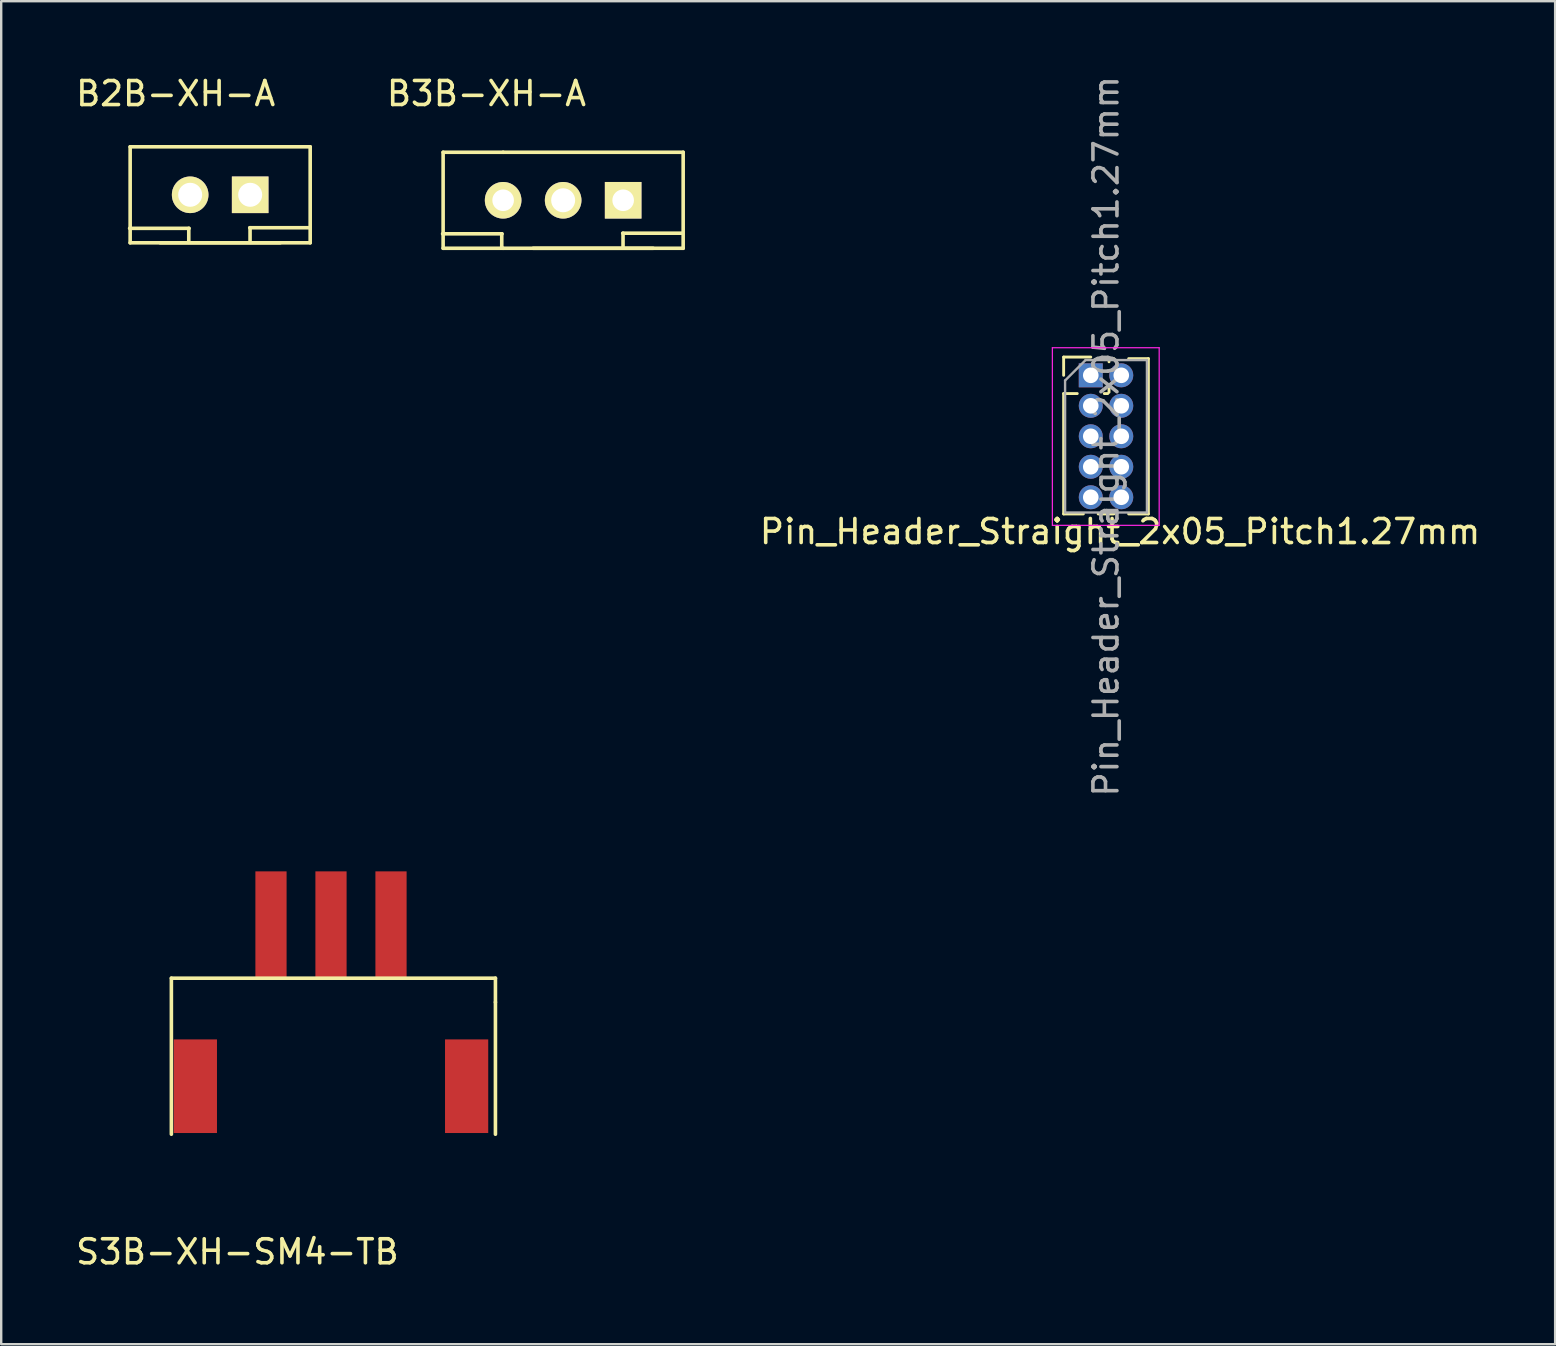
<source format=kicad_pcb>
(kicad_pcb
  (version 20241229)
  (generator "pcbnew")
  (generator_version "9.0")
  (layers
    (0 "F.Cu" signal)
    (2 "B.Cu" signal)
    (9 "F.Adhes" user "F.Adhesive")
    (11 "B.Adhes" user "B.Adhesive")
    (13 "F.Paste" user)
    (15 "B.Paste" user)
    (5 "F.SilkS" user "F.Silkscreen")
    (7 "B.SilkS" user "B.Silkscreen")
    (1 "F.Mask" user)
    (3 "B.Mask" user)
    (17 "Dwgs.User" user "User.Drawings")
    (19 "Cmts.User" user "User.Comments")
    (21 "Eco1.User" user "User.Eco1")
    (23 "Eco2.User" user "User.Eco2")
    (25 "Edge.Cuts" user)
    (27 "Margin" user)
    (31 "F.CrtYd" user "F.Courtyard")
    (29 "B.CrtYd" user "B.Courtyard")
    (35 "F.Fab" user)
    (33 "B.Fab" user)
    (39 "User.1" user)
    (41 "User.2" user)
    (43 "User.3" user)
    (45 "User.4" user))
  (footprint "S3B-XH-SM4-TB"
    (layer "F.Cu")
    (at 4.089 44.2)
    (property "Reference" "S3B-XH-SM4-TB" (at 2.75 4.9 0) (layer "F.SilkS") (effects (font (size 1 1) (thickness 0.15))))
    (attr through_hole)
    (fp_line (start 0 -6.5) (end 0 0) (stroke (width 0.15) (type solid)) (layer "F.SilkS"))
    (fp_line (start 13.5 -6.5) (end 0 -6.5) (stroke (width 0.15) (type solid)) (layer "F.SilkS"))
    (fp_line (start 13.5 -5.5) (end 13.5 -6.5) (stroke (width 0.15) (type solid)) (layer "F.SilkS"))
    (fp_line (start 13.5 0) (end 13.5 -5.5) (stroke (width 0.15) (type solid)) (layer "F.SilkS"))
    (pad "1" smd rect (at 9.15 -6.75) (size 1.3 4.5) (drill oval (offset 0 -1.95)) (layers "F.Cu" "F.Mask" "F.Paste"))
    (pad "2" smd rect (at 6.65 -6.75) (size 1.3 4.5) (drill oval (offset 0 -1.95)) (layers "F.Cu" "F.Mask" "F.Paste"))
    (pad "3" smd rect (at 4.15 -6.75) (size 1.3 4.5) (drill oval (offset 0 -1.95)) (layers "F.Cu" "F.Mask" "F.Paste"))
    (pad "PAD" smd rect (at 1 -2) (size 1.8 3.9) (layers "F.Cu" "F.Mask" "F.Paste"))
    (pad "PAD" smd rect (at 12.3 -2) (size 1.8 3.9) (layers "F.Cu" "F.Mask" "F.Paste")))
  (footprint "B2B-XH-A"
    (layer "F.Cu")
    (at 6.122 5.065)
    (property "Reference" "B2B-XH-A" (at -1.854 -4.216 0) (layer "F.SilkS") (effects (font (size 1 1) (thickness 0.15))))
    (attr through_hole)
    (fp_line (start -3.772 1.397) (end -1.295 1.397) (stroke (width 0.15) (type solid)) (layer "F.SilkS"))
    (fp_line (start -3.75 -2) (end -3.75 2) (stroke (width 0.15) (type solid)) (layer "F.SilkS"))
    (fp_line (start -3.75 2) (end 3.75 2) (stroke (width 0.15) (type solid)) (layer "F.SilkS"))
    (fp_line (start -2.5 2) (end 2.5 2) (stroke (width 0.15) (type solid)) (layer "F.SilkS"))
    (fp_line (start -1.308 1.397) (end -1.308 1.981) (stroke (width 0.15) (type solid)) (layer "F.SilkS"))
    (fp_line (start 1.232 1.372) (end 3.708 1.372) (stroke (width 0.15) (type solid)) (layer "F.SilkS"))
    (fp_line (start 1.245 1.372) (end 1.245 1.981) (stroke (width 0.15) (type solid)) (layer "F.SilkS"))
    (fp_line (start 3.75 -2) (end -3.75 -2) (stroke (width 0.15) (type solid)) (layer "F.SilkS"))
    (fp_line (start 3.75 2) (end 3.75 -2) (stroke (width 0.15) (type solid)) (layer "F.SilkS"))
    (pad "1" thru_hole rect (at 1.25 0) (size 1.524 1.524) (drill 1) (layers "*.Cu" "*.Mask" "F.SilkS"))
    (pad "2" thru_hole circle (at -1.25 0) (size 1.524 1.524) (drill 1) (layers "*.Cu" "*.Mask" "F.SilkS")))
  (footprint "B3B-XH-A"
    (layer "F.Cu")
    (at 21.66 5.293)
    (property "Reference" "B3B-XH-A" (at -4.445 -4.445 0) (layer "F.SilkS") (effects (font (size 1 1) (thickness 0.15))))
    (attr through_hole)
    (fp_line (start -6.272 1.397) (end -3.795 1.397) (stroke (width 0.15) (type solid)) (layer "F.SilkS"))
    (fp_line (start -6.25 -2) (end -6.25 2) (stroke (width 0.15) (type solid)) (layer "F.SilkS"))
    (fp_line (start -3.808 1.397) (end -3.808 1.981) (stroke (width 0.15) (type solid)) (layer "F.SilkS"))
    (fp_line (start -3.75 -2) (end -6.25 -2) (stroke (width 0.15) (type solid)) (layer "F.SilkS"))
    (fp_line (start -3.75 2) (end -6.25 2) (stroke (width 0.15) (type solid)) (layer "F.SilkS"))
    (fp_line (start -3.75 2) (end 3.75 2) (stroke (width 0.15) (type solid)) (layer "F.SilkS"))
    (fp_line (start -2.5 2) (end 2.5 2) (stroke (width 0.15) (type solid)) (layer "F.SilkS"))
    (fp_line (start 1.232 1.372) (end 3.708 1.372) (stroke (width 0.15) (type solid)) (layer "F.SilkS"))
    (fp_line (start 1.245 1.372) (end 1.245 1.981) (stroke (width 0.15) (type solid)) (layer "F.SilkS"))
    (fp_line (start 3.75 -2) (end -3.75 -2) (stroke (width 0.15) (type solid)) (layer "F.SilkS"))
    (fp_line (start 3.75 2) (end 3.75 -2) (stroke (width 0.15) (type solid)) (layer "F.SilkS"))
    (pad "1" thru_hole rect (at 1.25 0) (size 1.524 1.524) (drill 0.9) (layers "*.Cu" "*.Mask" "F.SilkS"))
    (pad "2" thru_hole circle (at -1.25 0) (size 1.524 1.524) (drill 1) (layers "*.Cu" "*.Mask" "F.SilkS"))
    (pad "3" thru_hole circle (at -3.75 0) (size 1.524 1.524) (drill 0.9) (layers "*.Cu" "*.Mask" "F.SilkS")))
  (footprint "Pin_Header_Straight_2x05_Pitch1.27mm"
    (layer "F.Cu")
    (at 42.39 12.585)
    (property "Reference" "Pin_Header_Straight_2x05_Pitch1.27mm" (at 1.22 6.51 180) (layer "F.SilkS") (effects (font (size 1 1) (thickness 0.15))))
    (attr through_hole)
    (fp_line (start -1.13 -0.76) (end 0 -0.76) (stroke (width 0.12) (type solid)) (layer "F.SilkS"))
    (fp_line (start -1.13 0) (end -1.13 -0.76) (stroke (width 0.12) (type solid)) (layer "F.SilkS"))
    (fp_line (start -1.13 0.76) (end -1.13 5.775) (stroke (width 0.12) (type solid)) (layer "F.SilkS"))
    (fp_line (start -1.13 0.76) (end -0.563 0.76) (stroke (width 0.12) (type solid)) (layer "F.SilkS"))
    (fp_line (start -1.13 5.775) (end -0.308 5.775) (stroke (width 0.12) (type solid)) (layer "F.SilkS"))
    (fp_line (start 0.308 5.775) (end 0.962 5.775) (stroke (width 0.12) (type solid)) (layer "F.SilkS"))
    (fp_line (start 0.563 0.76) (end 0.707 0.76) (stroke (width 0.12) (type solid)) (layer "F.SilkS"))
    (fp_line (start 0.76 -0.695) (end 0.962 -0.695) (stroke (width 0.12) (type solid)) (layer "F.SilkS"))
    (fp_line (start 0.76 -0.563) (end 0.76 -0.695) (stroke (width 0.12) (type solid)) (layer "F.SilkS"))
    (fp_line (start 0.76 0.707) (end 0.76 0.563) (stroke (width 0.12) (type solid)) (layer "F.SilkS"))
    (fp_line (start 1.578 -0.695) (end 2.4 -0.695) (stroke (width 0.12) (type solid)) (layer "F.SilkS"))
    (fp_line (start 1.578 5.775) (end 2.4 5.775) (stroke (width 0.12) (type solid)) (layer "F.SilkS"))
    (fp_line (start 2.4 -0.695) (end 2.4 5.775) (stroke (width 0.12) (type solid)) (layer "F.SilkS"))
    (fp_line (start -1.6 -1.15) (end -1.6 6.25) (stroke (width 0.05) (type solid)) (layer "F.CrtYd"))
    (fp_line (start -1.6 6.25) (end 2.85 6.25) (stroke (width 0.05) (type solid)) (layer "F.CrtYd"))
    (fp_line (start 2.85 -1.15) (end -1.6 -1.15) (stroke (width 0.05) (type solid)) (layer "F.CrtYd"))
    (fp_line (start 2.85 6.25) (end 2.85 -1.15) (stroke (width 0.05) (type solid)) (layer "F.CrtYd"))
    (fp_line (start -1.07 0.217) (end -0.217 -0.635) (stroke (width 0.1) (type solid)) (layer "F.Fab"))
    (fp_line (start -1.07 5.715) (end -1.07 0.217) (stroke (width 0.1) (type solid)) (layer "F.Fab"))
    (fp_line (start -0.217 -0.635) (end 2.34 -0.635) (stroke (width 0.1) (type solid)) (layer "F.Fab"))
    (fp_line (start 2.34 -0.635) (end 2.34 5.715) (stroke (width 0.1) (type solid)) (layer "F.Fab"))
    (fp_line (start 2.34 5.715) (end -1.07 5.715) (stroke (width 0.1) (type solid)) (layer "F.Fab"))
    (fp_text user "${REFERENCE}" (at 0.635 2.54 90) (layer "F.Fab") (effects (font (size 1 1) (thickness 0.15))))
    (pad "1" thru_hole rect (at 0 0) (size 1 1) (drill 0.65) (layers "*.Cu" "*.Mask"))
    (pad "2" thru_hole oval (at 1.27 0) (size 1 1) (drill 0.65) (layers "*.Cu" "*.Mask"))
    (pad "3" thru_hole oval (at 0 1.27) (size 1 1) (drill 0.65) (layers "*.Cu" "*.Mask"))
    (pad "4" thru_hole oval (at 1.27 1.27) (size 1 1) (drill 0.65) (layers "*.Cu" "*.Mask"))
    (pad "5" thru_hole oval (at 0 2.54) (size 1 1) (drill 0.65) (layers "*.Cu" "*.Mask"))
    (pad "6" thru_hole oval (at 1.27 2.54) (size 1 1) (drill 0.65) (layers "*.Cu" "*.Mask"))
    (pad "7" thru_hole oval (at 0 3.81) (size 1 1) (drill 0.65) (layers "*.Cu" "*.Mask"))
    (pad "8" thru_hole oval (at 1.27 3.81) (size 1 1) (drill 0.65) (layers "*.Cu" "*.Mask"))
    (pad "9" thru_hole oval (at 0 5.08) (size 1 1) (drill 0.65) (layers "*.Cu" "*.Mask"))
    (pad "10" thru_hole oval (at 1.27 5.08) (size 1 1) (drill 0.65) (layers "*.Cu" "*.Mask")))
  (gr_rect
    (start -3 -3)
    (end 61.735 52.948)
    (stroke (width 0.1) (type default))
    (fill no)
    (layer "Edge.Cuts")))
</source>
